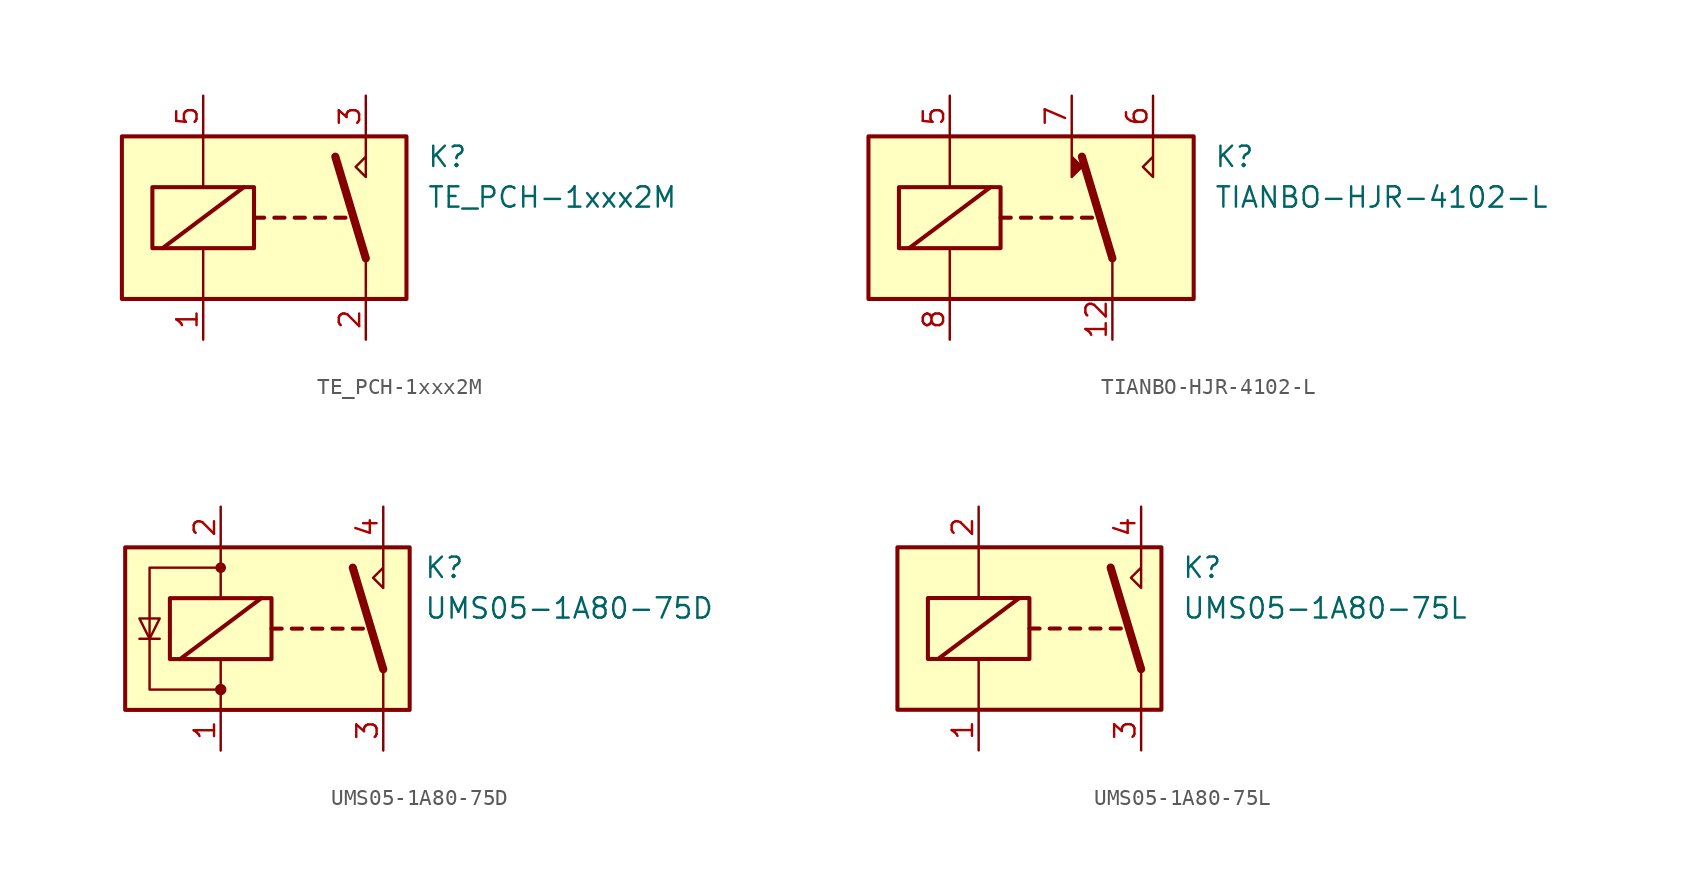
<source format=kicad_sym>
(kicad_symbol_lib
  (version 20211014)
  (generator kicad_symbol_editor)
  (symbol "TE_PCH-1xxx2M"
    (property "Reference" "K"
      (at 8.89 3.81 0)
      (effects (font (size 1.27 1.27)) (justify left)))
    (property "Value" "TE_PCH-1xxx2M"
      (at 8.89 1.27 0)
      (effects (font (size 1.27 1.27)) (justify left)))
    (symbol "TE_PCH-1xxx2M_0_0"
      (polyline (pts (xy 5.08 5.08) (xy 5.08 2.54) (xy 4.445 3.175) (xy 5.08 3.81)) (stroke (width 0) (type default) (color 0 0 0 0)) (fill (type none))))
    (symbol "TE_PCH-1xxx2M_0_1"
      (rectangle (start -10.16 5.08) (end 7.62 -5.08) (stroke (width 0.254) (type default) (color 0 0 0 0)) (fill (type background)))
      (rectangle (start -8.255 1.905) (end -1.905 -1.905) (stroke (width 0.254) (type default) (color 0 0 0 0)) (fill (type none)))
      (polyline (pts (xy -7.62 -1.905) (xy -2.54 1.905)) (stroke (width 0.254) (type default) (color 0 0 0 0)) (fill (type none)))
      (polyline (pts (xy -5.08 -5.08) (xy -5.08 -1.905)) (stroke (width 0) (type default) (color 0 0 0 0)) (fill (type none)))
      (polyline (pts (xy -5.08 5.08) (xy -5.08 1.905)) (stroke (width 0) (type default) (color 0 0 0 0)) (fill (type none)))
      (polyline (pts (xy -1.905 0) (xy -1.27 0)) (stroke (width 0.254) (type default) (color 0 0 0 0)) (fill (type none)))
      (polyline (pts (xy -0.635 0) (xy 0 0)) (stroke (width 0.254) (type default) (color 0 0 0 0)) (fill (type none)))
      (polyline (pts (xy 0.635 0) (xy 1.27 0)) (stroke (width 0.254) (type default) (color 0 0 0 0)) (fill (type none)))
      (polyline (pts (xy 1.905 0) (xy 2.54 0)) (stroke (width 0.254) (type default) (color 0 0 0 0)) (fill (type none)))
      (polyline (pts (xy 3.175 0) (xy 3.81 0)) (stroke (width 0.254) (type default) (color 0 0 0 0)) (fill (type none)))
      (polyline (pts (xy 5.08 -2.54) (xy 3.175 3.81)) (stroke (width 0.508) (type default) (color 0 0 0 0)) (fill (type none)))
      (polyline (pts (xy 5.08 -2.54) (xy 5.08 -5.08)) (stroke (width 0) (type default) (color 0 0 0 0)) (fill (type none))))
    (symbol "TE_PCH-1xxx2M_1_1"
      (pin passive line (at -5.08 -7.62 90) (length 2.54) (name "~" (effects (font (size 1.27 1.27)))) (number "1" (effects (font (size 1.27 1.27)))))
      (pin passive line (at 5.08 -7.62 90) (length 2.54) (name "~" (effects (font (size 1.27 1.27)))) (number "2" (effects (font (size 1.27 1.27)))))
      (pin passive line (at 5.08 7.62 270) (length 2.54) (name "~" (effects (font (size 1.27 1.27)))) (number "3" (effects (font (size 1.27 1.27)))))
      (pin passive line (at -5.08 7.62 270) (length 2.54) (name "~" (effects (font (size 1.27 1.27)))) (number "5" (effects (font (size 1.27 1.27)))))))
  (symbol "TIANBO-HJR-4102-L"
    (property "Reference" "K"
      (at 11.43 3.81 0)
      (effects (font (size 1.27 1.27)) (justify left)))
    (property "Value" "TIANBO-HJR-4102-L"
      (at 11.43 1.27 0)
      (effects (font (size 1.27 1.27)) (justify left)))
    (symbol "TIANBO-HJR-4102-L_0_0"
      (polyline (pts (xy 7.62 5.08) (xy 7.62 2.54) (xy 6.985 3.175) (xy 7.62 3.81)) (stroke (width 0) (type default) (color 0 0 0 0)) (fill (type none))))
    (symbol "TIANBO-HJR-4102-L_0_1"
      (rectangle (start -10.16 5.08) (end 10.16 -5.08) (stroke (width 0.254) (type default) (color 0 0 0 0)) (fill (type background)))
      (rectangle (start -8.255 1.905) (end -1.905 -1.905) (stroke (width 0.254) (type default) (color 0 0 0 0)) (fill (type none)))
      (polyline (pts (xy -7.62 -1.905) (xy -2.54 1.905)) (stroke (width 0.254) (type default) (color 0 0 0 0)) (fill (type none)))
      (polyline (pts (xy -5.08 -5.08) (xy -5.08 -1.905)) (stroke (width 0) (type default) (color 0 0 0 0)) (fill (type none)))
      (polyline (pts (xy -5.08 5.08) (xy -5.08 1.905)) (stroke (width 0) (type default) (color 0 0 0 0)) (fill (type none)))
      (polyline (pts (xy -1.905 0) (xy -1.27 0)) (stroke (width 0.254) (type default) (color 0 0 0 0)) (fill (type none)))
      (polyline (pts (xy -0.635 0) (xy 0 0)) (stroke (width 0.254) (type default) (color 0 0 0 0)) (fill (type none)))
      (polyline (pts (xy 0.635 0) (xy 1.27 0)) (stroke (width 0.254) (type default) (color 0 0 0 0)) (fill (type none)))
      (polyline (pts (xy 1.905 0) (xy 2.54 0)) (stroke (width 0.254) (type default) (color 0 0 0 0)) (fill (type none)))
      (polyline (pts (xy 3.175 0) (xy 3.81 0)) (stroke (width 0.254) (type default) (color 0 0 0 0)) (fill (type none)))
      (polyline (pts (xy 5.08 -2.54) (xy 3.175 3.81)) (stroke (width 0.508) (type default) (color 0 0 0 0)) (fill (type none)))
      (polyline (pts (xy 5.08 -2.54) (xy 5.08 -5.08)) (stroke (width 0) (type default) (color 0 0 0 0)) (fill (type none)))
      (polyline (pts (xy 2.54 5.08) (xy 2.54 2.54) (xy 3.175 3.175) (xy 2.54 3.81)) (stroke (width 0) (type default) (color 0 0 0 0)) (fill (type outline))))
    (symbol "TIANBO-HJR-4102-L_1_1"
      (pin passive line (at 5.08 -7.62 90) (length 2.54) (name "~" (effects (font (size 1.27 1.27)))) (number "12" (effects (font (size 1.27 1.27)))))
      (pin passive line (at -5.08 7.62 270) (length 2.54) (name "~" (effects (font (size 1.27 1.27)))) (number "5" (effects (font (size 1.27 1.27)))))
      (pin passive line (at 7.62 7.62 270) (length 2.54) (name "~" (effects (font (size 1.27 1.27)))) (number "6" (effects (font (size 1.27 1.27)))))
      (pin passive line (at 2.54 7.62 270) (length 2.54) (name "~" (effects (font (size 1.27 1.27)))) (number "7" (effects (font (size 1.27 1.27)))))
      (pin passive line (at -5.08 -7.62 90) (length 2.54) (name "~" (effects (font (size 1.27 1.27)))) (number "8" (effects (font (size 1.27 1.27)))))))
  (symbol "UMS05-1A80-75D"
    (property "Reference" "K"
      (at 7.62 3.81 0)
      (effects (font (size 1.27 1.27)) (justify left)))
    (property "Value" "UMS05-1A80-75D"
      (at 7.62 1.27 0)
      (effects (font (size 1.27 1.27)) (justify left)))
    (symbol "UMS05-1A80-75D_0_0"
      (polyline (pts (xy 5.08 5.08) (xy 5.08 2.54) (xy 4.445 3.175) (xy 5.08 3.81)) (stroke (width 0) (type default) (color 0 0 0 0)) (fill (type none))))
    (symbol "UMS05-1A80-75D_0_1"
      (rectangle (start -11.049 5.08) (end 6.731 -5.08) (stroke (width 0.254) (type default) (color 0 0 0 0)) (fill (type background)))
      (rectangle (start -8.255 1.905) (end -1.905 -1.905) (stroke (width 0.254) (type default) (color 0 0 0 0)) (fill (type none)))
      (circle (center -5.08 -3.81) (radius 0.279) (stroke (width 0) (type default) (color 0 0 0 0)) (fill (type outline)))
      (circle (center -5.08 3.81) (radius 0.254) (stroke (width 0) (type default) (color 0 0 0 0)) (fill (type outline)))
      (polyline (pts (xy -8.89 -0.635) (xy -10.16 -0.635)) (stroke (width 0) (type default) (color 0 0 0 0)) (fill (type none)))
      (polyline (pts (xy -7.62 -1.905) (xy -2.54 1.905)) (stroke (width 0.254) (type default) (color 0 0 0 0)) (fill (type none)))
      (polyline (pts (xy -5.08 -5.08) (xy -5.08 -1.905)) (stroke (width 0) (type default) (color 0 0 0 0)) (fill (type none)))
      (polyline (pts (xy -5.08 5.08) (xy -5.08 1.905)) (stroke (width 0) (type default) (color 0 0 0 0)) (fill (type none)))
      (polyline (pts (xy -1.905 0) (xy -1.27 0)) (stroke (width 0.254) (type default) (color 0 0 0 0)) (fill (type none)))
      (polyline (pts (xy -0.635 0) (xy 0 0)) (stroke (width 0.254) (type default) (color 0 0 0 0)) (fill (type none)))
      (polyline (pts (xy 0.635 0) (xy 1.27 0)) (stroke (width 0.254) (type default) (color 0 0 0 0)) (fill (type none)))
      (polyline (pts (xy 1.905 0) (xy 2.54 0)) (stroke (width 0.254) (type default) (color 0 0 0 0)) (fill (type none)))
      (polyline (pts (xy 3.175 0) (xy 3.81 0)) (stroke (width 0.254) (type default) (color 0 0 0 0)) (fill (type none)))
      (polyline (pts (xy 5.08 -2.54) (xy 3.175 3.81)) (stroke (width 0.508) (type default) (color 0 0 0 0)) (fill (type none)))
      (polyline (pts (xy 5.08 -2.54) (xy 5.08 -5.08)) (stroke (width 0) (type default) (color 0 0 0 0)) (fill (type none)))
      (polyline (pts (xy -9.525 -0.635) (xy -10.16 0.635) (xy -8.89 0.635) (xy -9.525 -0.635)) (stroke (width 0) (type default) (color 0 0 0 0)) (fill (type none)))
      (polyline (pts (xy -5.08 3.81) (xy -9.525 3.81) (xy -9.525 -3.81) (xy -5.08 -3.81)) (stroke (width 0) (type default) (color 0 0 0 0)) (fill (type none))))
    (symbol "UMS05-1A80-75D_1_1"
      (pin passive line (at -5.08 -7.62 90) (length 2.54) (name "~" (effects (font (size 1.27 1.27)))) (number "1" (effects (font (size 1.27 1.27)))))
      (pin passive line (at -5.08 7.62 270) (length 2.54) (name "~" (effects (font (size 1.27 1.27)))) (number "2" (effects (font (size 1.27 1.27)))))
      (pin passive line (at 5.08 -7.62 90) (length 2.54) (name "~" (effects (font (size 1.27 1.27)))) (number "3" (effects (font (size 1.27 1.27)))))
      (pin passive line (at 5.08 7.62 270) (length 2.54) (name "~" (effects (font (size 1.27 1.27)))) (number "4" (effects (font (size 1.27 1.27)))))))
  (symbol "UMS05-1A80-75L"
    (property "Reference" "K"
      (at 7.62 3.81 0)
      (effects (font (size 1.27 1.27)) (justify left)))
    (property "Value" "UMS05-1A80-75L"
      (at 7.62 1.27 0)
      (effects (font (size 1.27 1.27)) (justify left)))
    (symbol "UMS05-1A80-75L_0_0"
      (polyline (pts (xy 5.08 5.08) (xy 5.08 2.54) (xy 4.445 3.175) (xy 5.08 3.81)) (stroke (width 0) (type default) (color 0 0 0 0)) (fill (type none))))
    (symbol "UMS05-1A80-75L_0_1"
      (rectangle (start -10.16 5.08) (end 6.35 -5.08) (stroke (width 0.254) (type default) (color 0 0 0 0)) (fill (type background)))
      (rectangle (start -8.255 1.905) (end -1.905 -1.905) (stroke (width 0.254) (type default) (color 0 0 0 0)) (fill (type none)))
      (polyline (pts (xy -7.62 -1.905) (xy -2.54 1.905)) (stroke (width 0.254) (type default) (color 0 0 0 0)) (fill (type none)))
      (polyline (pts (xy -5.08 -5.08) (xy -5.08 -1.905)) (stroke (width 0) (type default) (color 0 0 0 0)) (fill (type none)))
      (polyline (pts (xy -5.08 5.08) (xy -5.08 1.905)) (stroke (width 0) (type default) (color 0 0 0 0)) (fill (type none)))
      (polyline (pts (xy -1.905 0) (xy -1.27 0)) (stroke (width 0.254) (type default) (color 0 0 0 0)) (fill (type none)))
      (polyline (pts (xy -0.635 0) (xy 0 0)) (stroke (width 0.254) (type default) (color 0 0 0 0)) (fill (type none)))
      (polyline (pts (xy 0.635 0) (xy 1.27 0)) (stroke (width 0.254) (type default) (color 0 0 0 0)) (fill (type none)))
      (polyline (pts (xy 1.905 0) (xy 2.54 0)) (stroke (width 0.254) (type default) (color 0 0 0 0)) (fill (type none)))
      (polyline (pts (xy 3.175 0) (xy 3.81 0)) (stroke (width 0.254) (type default) (color 0 0 0 0)) (fill (type none)))
      (polyline (pts (xy 5.08 -2.54) (xy 3.175 3.81)) (stroke (width 0.508) (type default) (color 0 0 0 0)) (fill (type none)))
      (polyline (pts (xy 5.08 -2.54) (xy 5.08 -5.08)) (stroke (width 0) (type default) (color 0 0 0 0)) (fill (type none))))
    (symbol "UMS05-1A80-75L_1_1"
      (pin passive line (at -5.08 -7.62 90) (length 2.54) (name "~" (effects (font (size 1.27 1.27)))) (number "1" (effects (font (size 1.27 1.27)))))
      (pin passive line (at -5.08 7.62 270) (length 2.54) (name "~" (effects (font (size 1.27 1.27)))) (number "2" (effects (font (size 1.27 1.27)))))
      (pin passive line (at 5.08 -7.62 90) (length 2.54) (name "~" (effects (font (size 1.27 1.27)))) (number "3" (effects (font (size 1.27 1.27)))))
      (pin passive line (at 5.08 7.62 270) (length 2.54) (name "~" (effects (font (size 1.27 1.27)))) (number "4" (effects (font (size 1.27 1.27))))))))
</source>
